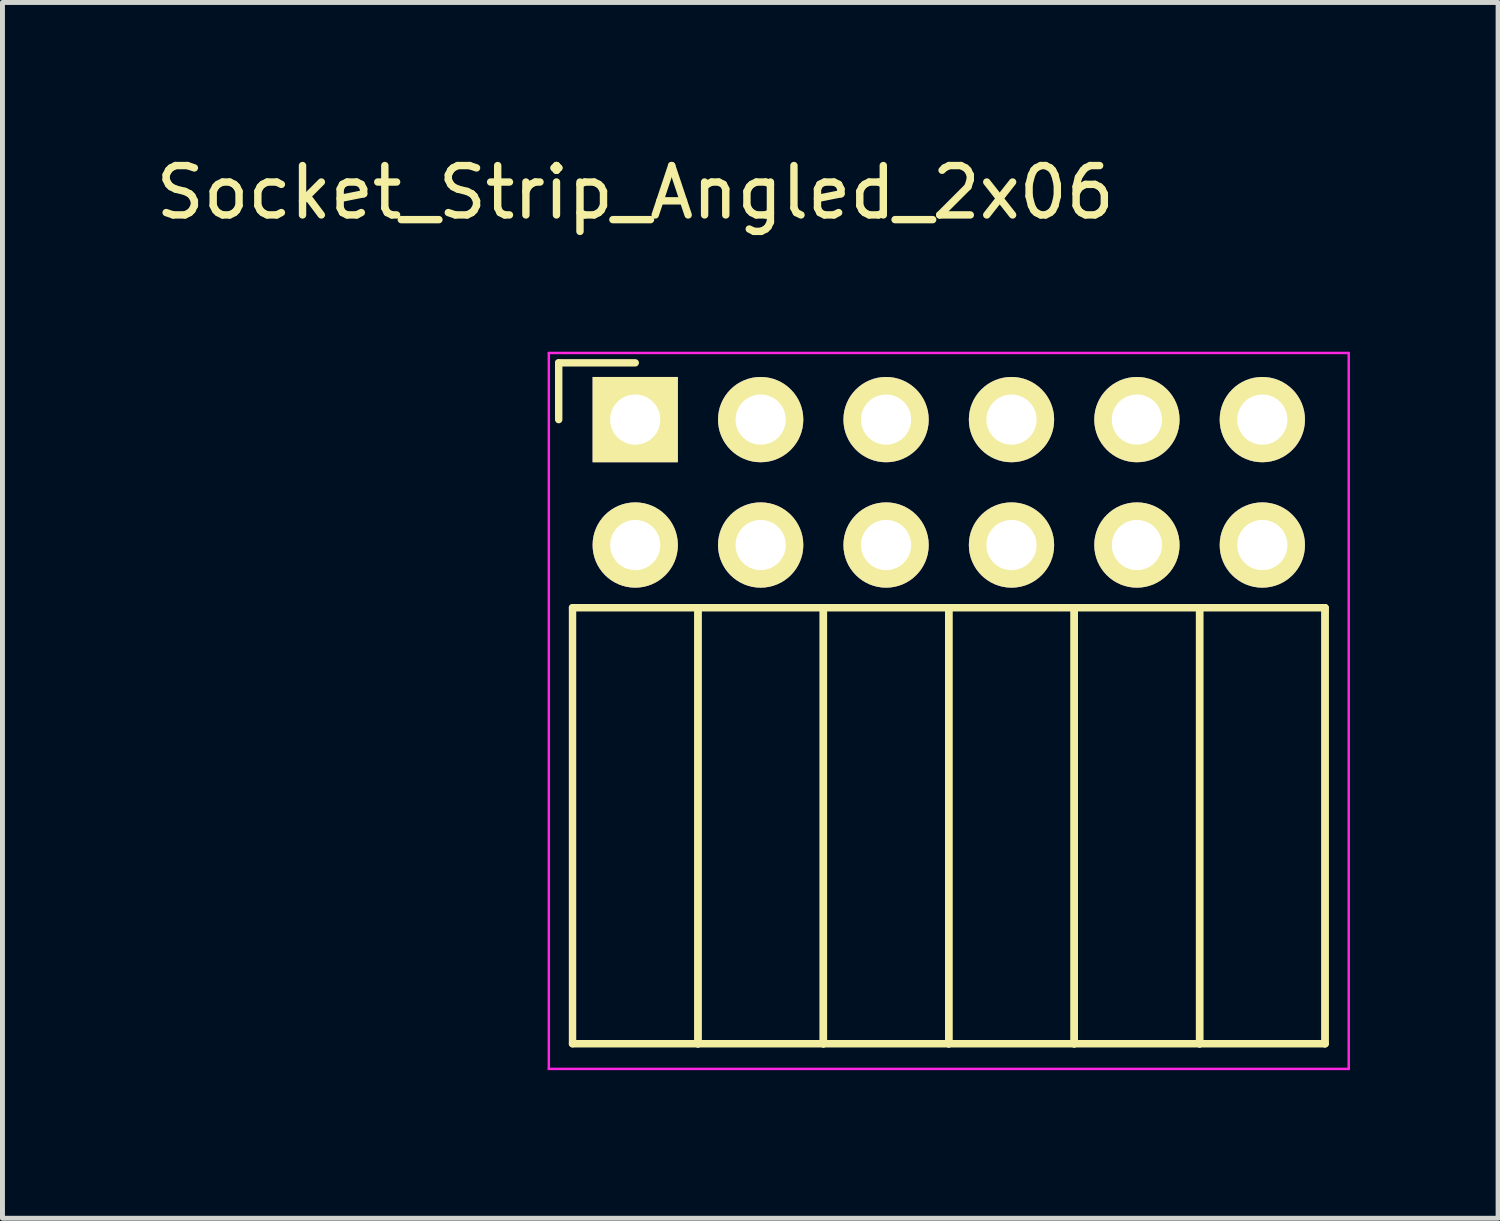
<source format=kicad_pcb>
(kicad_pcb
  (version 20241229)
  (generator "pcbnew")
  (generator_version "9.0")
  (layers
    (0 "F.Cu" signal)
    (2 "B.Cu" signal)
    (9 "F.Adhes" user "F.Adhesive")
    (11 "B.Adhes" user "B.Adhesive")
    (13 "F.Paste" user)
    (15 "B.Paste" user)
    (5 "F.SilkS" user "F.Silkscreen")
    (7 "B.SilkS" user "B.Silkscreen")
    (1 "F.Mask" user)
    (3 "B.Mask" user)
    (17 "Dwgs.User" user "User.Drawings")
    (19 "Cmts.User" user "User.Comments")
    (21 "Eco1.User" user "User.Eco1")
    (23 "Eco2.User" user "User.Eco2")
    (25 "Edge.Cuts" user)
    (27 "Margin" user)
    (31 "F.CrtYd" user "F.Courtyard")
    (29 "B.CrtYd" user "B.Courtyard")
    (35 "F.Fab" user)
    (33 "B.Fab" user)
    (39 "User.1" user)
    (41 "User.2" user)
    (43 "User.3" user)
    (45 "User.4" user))
  (footprint "Socket_Strip_Angled_2x06"
    (layer "F.Cu")
    (at 9.815 5.448)
    (property "Reference" "Socket_Strip_Angled_2x06" (at 0 -4.6 0) (layer "F.SilkS") (effects (font (size 1 1) (thickness 0.15))))
    (attr through_hole)
    (fp_line (start -1.55 -1.15) (end -1.55 0) (stroke (width 0.15) (type solid)) (layer "F.SilkS"))
    (fp_line (start -1.27 3.81) (end -1.27 12.64) (stroke (width 0.15) (type solid)) (layer "F.SilkS"))
    (fp_line (start -1.27 3.81) (end 1.27 3.81) (stroke (width 0.15) (type solid)) (layer "F.SilkS"))
    (fp_line (start -1.27 12.64) (end 1.27 12.64) (stroke (width 0.15) (type solid)) (layer "F.SilkS"))
    (fp_line (start 0 -1.15) (end -1.55 -1.15) (stroke (width 0.15) (type solid)) (layer "F.SilkS"))
    (fp_line (start 1.27 3.81) (end 1.27 12.64) (stroke (width 0.15) (type solid)) (layer "F.SilkS"))
    (fp_line (start 1.27 3.81) (end 3.81 3.81) (stroke (width 0.15) (type solid)) (layer "F.SilkS"))
    (fp_line (start 1.27 12.64) (end 1.27 3.81) (stroke (width 0.15) (type solid)) (layer "F.SilkS"))
    (fp_line (start 1.27 12.64) (end 3.81 12.64) (stroke (width 0.15) (type solid)) (layer "F.SilkS"))
    (fp_line (start 3.81 3.81) (end 3.81 12.64) (stroke (width 0.15) (type solid)) (layer "F.SilkS"))
    (fp_line (start 3.81 3.81) (end 6.35 3.81) (stroke (width 0.15) (type solid)) (layer "F.SilkS"))
    (fp_line (start 3.81 12.64) (end 3.81 3.81) (stroke (width 0.15) (type solid)) (layer "F.SilkS"))
    (fp_line (start 3.81 12.64) (end 6.35 12.64) (stroke (width 0.15) (type solid)) (layer "F.SilkS"))
    (fp_line (start 6.35 3.81) (end 6.35 12.64) (stroke (width 0.15) (type solid)) (layer "F.SilkS"))
    (fp_line (start 6.35 3.81) (end 8.89 3.81) (stroke (width 0.15) (type solid)) (layer "F.SilkS"))
    (fp_line (start 6.35 12.64) (end 6.35 3.81) (stroke (width 0.15) (type solid)) (layer "F.SilkS"))
    (fp_line (start 6.35 12.64) (end 8.89 12.64) (stroke (width 0.15) (type solid)) (layer "F.SilkS"))
    (fp_line (start 8.89 3.81) (end 8.89 12.64) (stroke (width 0.15) (type solid)) (layer "F.SilkS"))
    (fp_line (start 8.89 3.81) (end 11.43 3.81) (stroke (width 0.15) (type solid)) (layer "F.SilkS"))
    (fp_line (start 8.89 12.64) (end 8.89 3.81) (stroke (width 0.15) (type solid)) (layer "F.SilkS"))
    (fp_line (start 8.89 12.64) (end 11.43 12.64) (stroke (width 0.15) (type solid)) (layer "F.SilkS"))
    (fp_line (start 11.43 3.81) (end 11.43 12.64) (stroke (width 0.15) (type solid)) (layer "F.SilkS"))
    (fp_line (start 11.43 3.81) (end 13.97 3.81) (stroke (width 0.15) (type solid)) (layer "F.SilkS"))
    (fp_line (start 11.43 12.64) (end 11.43 3.81) (stroke (width 0.15) (type solid)) (layer "F.SilkS"))
    (fp_line (start 11.43 12.64) (end 13.97 12.64) (stroke (width 0.15) (type solid)) (layer "F.SilkS"))
    (fp_line (start 13.97 3.81) (end 13.97 12.64) (stroke (width 0.15) (type solid)) (layer "F.SilkS"))
    (fp_line (start 13.97 12.64) (end 13.97 3.81) (stroke (width 0.15) (type solid)) (layer "F.SilkS"))
    (fp_line (start -1.75 -1.35) (end -1.75 13.15) (stroke (width 0.05) (type solid)) (layer "F.CrtYd"))
    (fp_line (start -1.75 -1.35) (end 14.45 -1.35) (stroke (width 0.05) (type solid)) (layer "F.CrtYd"))
    (fp_line (start -1.75 13.15) (end 14.45 13.15) (stroke (width 0.05) (type solid)) (layer "F.CrtYd"))
    (fp_line (start 14.45 -1.35) (end 14.45 13.15) (stroke (width 0.05) (type solid)) (layer "F.CrtYd"))
    (pad "1" thru_hole rect (at 0 0) (size 1.727 1.727) (drill 1.016) (layers "*.Cu" "*.Mask" "F.SilkS"))
    (pad "2" thru_hole oval (at 0 2.54) (size 1.727 1.727) (drill 1.016) (layers "*.Cu" "*.Mask" "F.SilkS"))
    (pad "3" thru_hole oval (at 2.54 0) (size 1.727 1.727) (drill 1.016) (layers "*.Cu" "*.Mask" "F.SilkS"))
    (pad "4" thru_hole oval (at 2.54 2.54) (size 1.727 1.727) (drill 1.016) (layers "*.Cu" "*.Mask" "F.SilkS"))
    (pad "5" thru_hole oval (at 5.08 0) (size 1.727 1.727) (drill 1.016) (layers "*.Cu" "*.Mask" "F.SilkS"))
    (pad "6" thru_hole oval (at 5.08 2.54) (size 1.727 1.727) (drill 1.016) (layers "*.Cu" "*.Mask" "F.SilkS"))
    (pad "7" thru_hole oval (at 7.62 0) (size 1.727 1.727) (drill 1.016) (layers "*.Cu" "*.Mask" "F.SilkS"))
    (pad "8" thru_hole oval (at 7.62 2.54) (size 1.727 1.727) (drill 1.016) (layers "*.Cu" "*.Mask" "F.SilkS"))
    (pad "9" thru_hole oval (at 10.16 0) (size 1.727 1.727) (drill 1.016) (layers "*.Cu" "*.Mask" "F.SilkS"))
    (pad "10" thru_hole oval (at 10.16 2.54) (size 1.727 1.727) (drill 1.016) (layers "*.Cu" "*.Mask" "F.SilkS"))
    (pad "11" thru_hole oval (at 12.7 0) (size 1.727 1.727) (drill 1.016) (layers "*.Cu" "*.Mask" "F.SilkS"))
    (pad "12" thru_hole oval (at 12.7 2.54) (size 1.727 1.727) (drill 1.016) (layers "*.Cu" "*.Mask" "F.SilkS")))
  (gr_rect
    (start -3 -3)
    (end 27.29 21.623)
    (stroke (width 0.1) (type default))
    (fill no)
    (layer "Edge.Cuts")))
</source>
